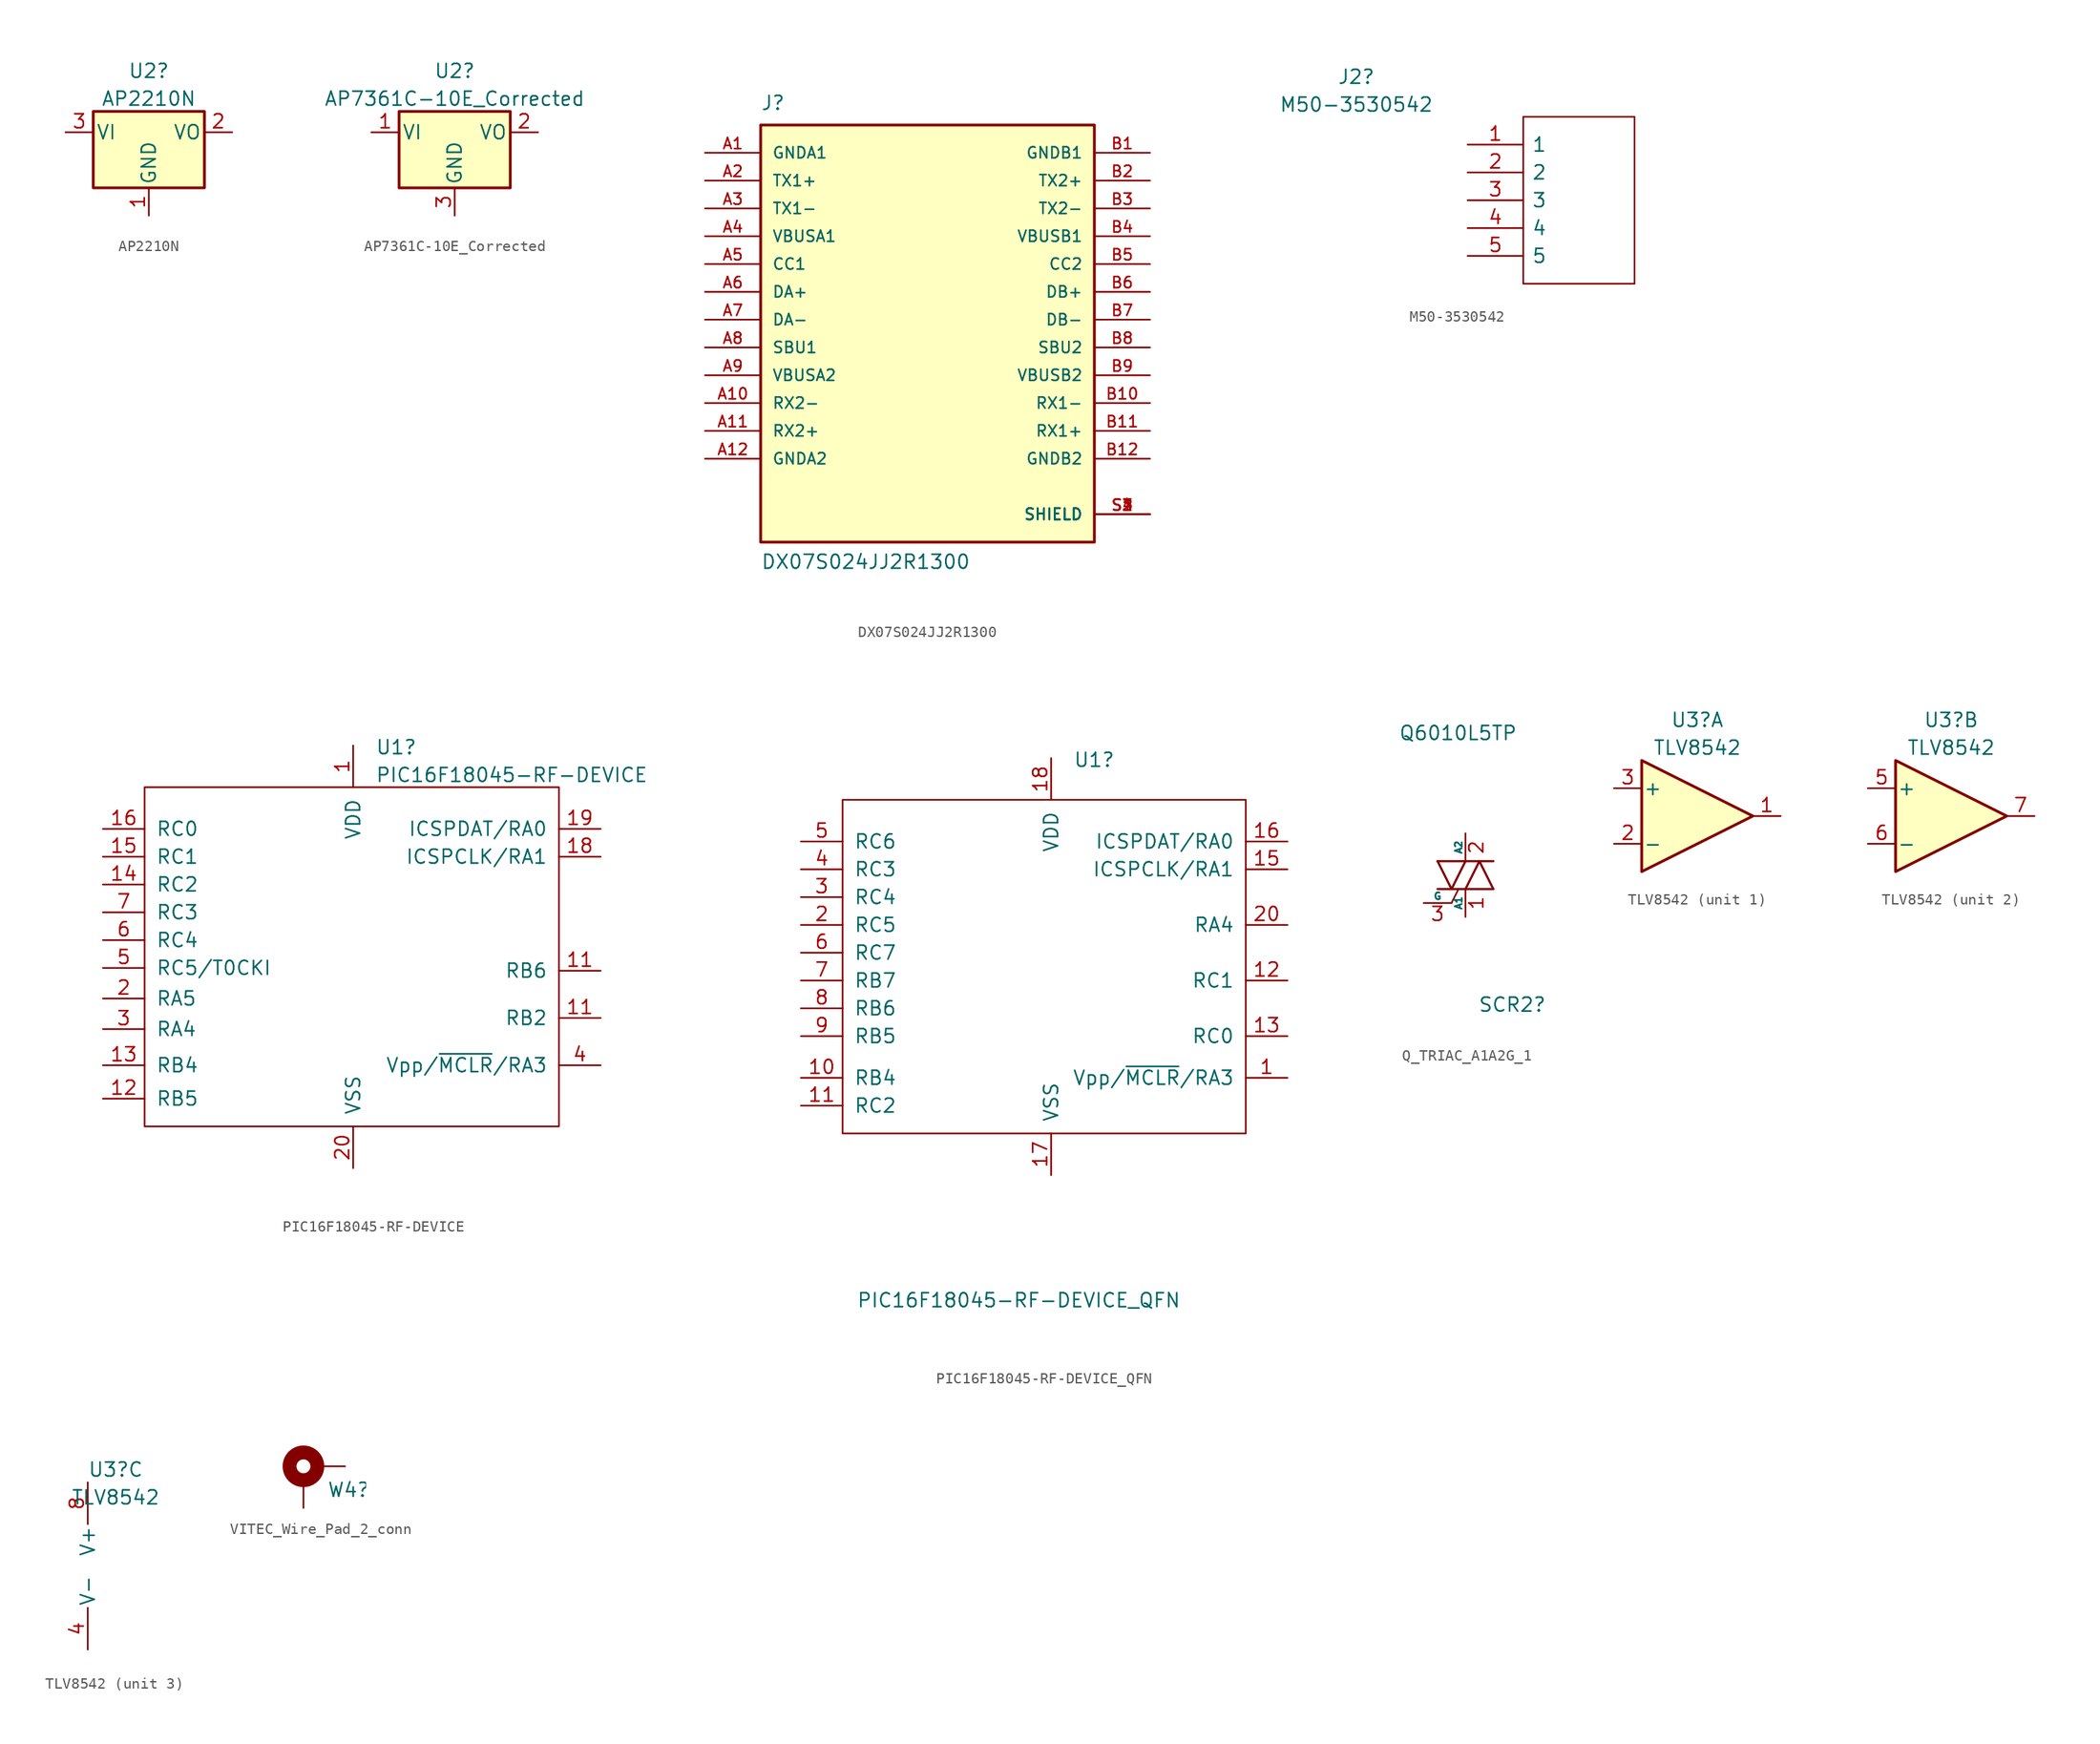
<source format=kicad_sym>
(kicad_symbol_lib
  (version 20211014)
  (generator kicad_symbol_editor)
  (symbol "AP2210N"
    (pin_names
      (offset 0.254))
    (property "Reference" "U2"
      (at 0 5.605 0)
      (effects (font (size 1.27 1.27))))
    (property "Value" "AP2210N"
      (at 0 3.068 0)
      (effects (font (size 1.27 1.27))))
    (symbol "AP2210N_0_1"
      (rectangle (start -5.08 -5.08) (end 5.08 1.905) (stroke (width 0.254) (type default) (color 0 0 0 0)) (fill (type background))))
    (symbol "AP2210N_1_1"
      (pin power_in line (at 0 -7.62 90) (length 2.54) (name "GND" (effects (font (size 1.27 1.27)))) (number "1" (effects (font (size 1.27 1.27)))))
      (pin power_out line (at 7.62 0 180) (length 2.54) (name "VO" (effects (font (size 1.27 1.27)))) (number "2" (effects (font (size 1.27 1.27)))))
      (pin power_in line (at -7.62 0 0) (length 2.54) (name "VI" (effects (font (size 1.27 1.27)))) (number "3" (effects (font (size 1.27 1.27)))))))
  (symbol "AP7361C-10E_Corrected"
    (pin_names
      (offset 0.254))
    (property "Reference" "U2"
      (at 0 5.605 0)
      (effects (font (size 1.27 1.27))))
    (property "Value" "AP7361C-10E_Corrected"
      (at 0 3.068 0)
      (effects (font (size 1.27 1.27))))
    (symbol "AP7361C-10E_Corrected_0_1"
      (rectangle (start -5.08 -5.08) (end 5.08 1.905) (stroke (width 0.254) (type default) (color 0 0 0 0)) (fill (type background))))
    (symbol "AP7361C-10E_Corrected_1_1"
      (pin power_in line (at -7.62 0 0) (length 2.54) (name "VI" (effects (font (size 1.27 1.27)))) (number "1" (effects (font (size 1.27 1.27)))))
      (pin power_out line (at 7.62 0 180) (length 2.54) (name "VO" (effects (font (size 1.27 1.27)))) (number "2" (effects (font (size 1.27 1.27)))))
      (pin power_in line (at 0 -7.62 90) (length 2.54) (name "GND" (effects (font (size 1.27 1.27)))) (number "3" (effects (font (size 1.27 1.27)))))))
  (symbol "DX07S024JJ2R1300"
    (pin_names
      (offset 1.016))
    (property "Reference" "J"
      (at -15.24 19.05 0)
      (effects (font (size 1.27 1.27)) (justify left bottom)))
    (property "Value" "DX07S024JJ2R1300"
      (at -15.24 -22.86 0)
      (effects (font (size 1.27 1.27)) (justify left bottom)))
    (symbol "DX07S024JJ2R1300_0_0"
      (rectangle (start -15.24 -20.32) (end 15.24 17.78) (stroke (width 0.254) (type default) (color 0 0 0 0)) (fill (type background)))
      (pin power_in line (at -20.32 15.24 0) (length 5.08) (name "GNDA1" (effects (font (size 1.016 1.016)))) (number "A1" (effects (font (size 1.016 1.016)))))
      (pin bidirectional line (at -20.32 -7.62 0) (length 5.08) (name "RX2-" (effects (font (size 1.016 1.016)))) (number "A10" (effects (font (size 1.016 1.016)))))
      (pin bidirectional line (at -20.32 -10.16 0) (length 5.08) (name "RX2+" (effects (font (size 1.016 1.016)))) (number "A11" (effects (font (size 1.016 1.016)))))
      (pin power_in line (at -20.32 -12.7 0) (length 5.08) (name "GNDA2" (effects (font (size 1.016 1.016)))) (number "A12" (effects (font (size 1.016 1.016)))))
      (pin bidirectional line (at -20.32 12.7 0) (length 5.08) (name "TX1+" (effects (font (size 1.016 1.016)))) (number "A2" (effects (font (size 1.016 1.016)))))
      (pin bidirectional line (at -20.32 10.16 0) (length 5.08) (name "TX1-" (effects (font (size 1.016 1.016)))) (number "A3" (effects (font (size 1.016 1.016)))))
      (pin power_in line (at -20.32 7.62 0) (length 5.08) (name "VBUSA1" (effects (font (size 1.016 1.016)))) (number "A4" (effects (font (size 1.016 1.016)))))
      (pin bidirectional line (at -20.32 5.08 0) (length 5.08) (name "CC1" (effects (font (size 1.016 1.016)))) (number "A5" (effects (font (size 1.016 1.016)))))
      (pin bidirectional line (at -20.32 2.54 0) (length 5.08) (name "DA+" (effects (font (size 1.016 1.016)))) (number "A6" (effects (font (size 1.016 1.016)))))
      (pin bidirectional line (at -20.32 0 0) (length 5.08) (name "DA-" (effects (font (size 1.016 1.016)))) (number "A7" (effects (font (size 1.016 1.016)))))
      (pin bidirectional line (at -20.32 -2.54 0) (length 5.08) (name "SBU1" (effects (font (size 1.016 1.016)))) (number "A8" (effects (font (size 1.016 1.016)))))
      (pin power_in line (at -20.32 -5.08 0) (length 5.08) (name "VBUSA2" (effects (font (size 1.016 1.016)))) (number "A9" (effects (font (size 1.016 1.016)))))
      (pin power_in line (at 20.32 15.24 180) (length 5.08) (name "GNDB1" (effects (font (size 1.016 1.016)))) (number "B1" (effects (font (size 1.016 1.016)))))
      (pin bidirectional line (at 20.32 -7.62 180) (length 5.08) (name "RX1-" (effects (font (size 1.016 1.016)))) (number "B10" (effects (font (size 1.016 1.016)))))
      (pin bidirectional line (at 20.32 -10.16 180) (length 5.08) (name "RX1+" (effects (font (size 1.016 1.016)))) (number "B11" (effects (font (size 1.016 1.016)))))
      (pin power_in line (at 20.32 -12.7 180) (length 5.08) (name "GNDB2" (effects (font (size 1.016 1.016)))) (number "B12" (effects (font (size 1.016 1.016)))))
      (pin bidirectional line (at 20.32 12.7 180) (length 5.08) (name "TX2+" (effects (font (size 1.016 1.016)))) (number "B2" (effects (font (size 1.016 1.016)))))
      (pin bidirectional line (at 20.32 10.16 180) (length 5.08) (name "TX2-" (effects (font (size 1.016 1.016)))) (number "B3" (effects (font (size 1.016 1.016)))))
      (pin power_in line (at 20.32 7.62 180) (length 5.08) (name "VBUSB1" (effects (font (size 1.016 1.016)))) (number "B4" (effects (font (size 1.016 1.016)))))
      (pin bidirectional line (at 20.32 5.08 180) (length 5.08) (name "CC2" (effects (font (size 1.016 1.016)))) (number "B5" (effects (font (size 1.016 1.016)))))
      (pin bidirectional line (at 20.32 2.54 180) (length 5.08) (name "DB+" (effects (font (size 1.016 1.016)))) (number "B6" (effects (font (size 1.016 1.016)))))
      (pin bidirectional line (at 20.32 0 180) (length 5.08) (name "DB-" (effects (font (size 1.016 1.016)))) (number "B7" (effects (font (size 1.016 1.016)))))
      (pin bidirectional line (at 20.32 -2.54 180) (length 5.08) (name "SBU2" (effects (font (size 1.016 1.016)))) (number "B8" (effects (font (size 1.016 1.016)))))
      (pin power_in line (at 20.32 -5.08 180) (length 5.08) (name "VBUSB2" (effects (font (size 1.016 1.016)))) (number "B9" (effects (font (size 1.016 1.016)))))
      (pin passive line (at 20.32 -17.78 180) (length 5.08) (name "SHIELD" (effects (font (size 1.016 1.016)))) (number "S1" (effects (font (size 1.016 1.016)))))
      (pin passive line (at 20.32 -17.78 180) (length 5.08) (name "SHIELD" (effects (font (size 1.016 1.016)))) (number "S2" (effects (font (size 1.016 1.016)))))
      (pin passive line (at 20.32 -17.78 180) (length 5.08) (name "SHIELD" (effects (font (size 1.016 1.016)))) (number "S3" (effects (font (size 1.016 1.016)))))
      (pin passive line (at 20.32 -17.78 180) (length 5.08) (name "SHIELD" (effects (font (size 1.016 1.016)))) (number "S4" (effects (font (size 1.016 1.016)))))))
  (symbol "M50-3530542"
    (pin_names
      (offset 0.762))
    (property "Reference" "J2"
      (at -10.16 6.189 0)
      (effects (font (size 1.27 1.27))))
    (property "Value" "M50-3530542"
      (at -10.16 3.652 0)
      (effects (font (size 1.27 1.27))))
    (symbol "M50-3530542_0_0"
      (pin bidirectional line (at 0 0 0) (length 5.08) (name "1" (effects (font (size 1.27 1.27)))) (number "1" (effects (font (size 1.27 1.27)))))
      (pin bidirectional line (at 0 -2.54 0) (length 5.08) (name "2" (effects (font (size 1.27 1.27)))) (number "2" (effects (font (size 1.27 1.27)))))
      (pin bidirectional line (at 0 -5.08 0) (length 5.08) (name "3" (effects (font (size 1.27 1.27)))) (number "3" (effects (font (size 1.27 1.27)))))
      (pin bidirectional line (at 0 -7.62 0) (length 5.08) (name "4" (effects (font (size 1.27 1.27)))) (number "4" (effects (font (size 1.27 1.27)))))
      (pin bidirectional line (at 0 -10.16 0) (length 5.08) (name "5" (effects (font (size 1.27 1.27)))) (number "5" (effects (font (size 1.27 1.27))))))
    (symbol "M50-3530542_0_1"
      (polyline (pts (xy 5.08 2.54) (xy 15.24 2.54) (xy 15.24 -12.7) (xy 5.08 -12.7) (xy 5.08 2.54)) (stroke (width 0.152) (type default) (color 0 0 0 0)) (fill (type none)))))
  (symbol "PIC16F18045-RF-DEVICE"
    (pin_names
      (offset 1.016))
    (property "Reference" "U1"
      (at 2.019 12.539 0)
      (effects (font (size 1.27 1.27)) (justify left)))
    (property "Value" "PIC16F18045-RF-DEVICE"
      (at 2.019 10.002 0)
      (effects (font (size 1.27 1.27)) (justify left)))
    (symbol "PIC16F18045-RF-DEVICE_0_1"
      (rectangle (start -19.05 8.89) (end 18.796 -22.098) (stroke (width 0.152) (type default) (color 0 0 0 0)) (fill (type none))))
    (symbol "PIC16F18045-RF-DEVICE_1_1"
      (pin power_in line (at 0 12.7 270) (length 3.81) (name "VDD" (effects (font (size 1.27 1.27)))) (number "1" (effects (font (size 1.27 1.27)))))
      (pin bidirectional line (at 22.606 -12.192 180) (length 3.81) (name "RB2" (effects (font (size 1.27 1.27)))) (number "11" (effects (font (size 1.27 1.27)))))
      (pin bidirectional line (at 22.606 -7.874 180) (length 3.81) (name "RB6" (effects (font (size 1.27 1.27)))) (number "11" (effects (font (size 1.27 1.27)))))
      (pin bidirectional line (at -22.86 -19.558 0) (length 3.81) (name "RB5" (effects (font (size 1.27 1.27)))) (number "12" (effects (font (size 1.27 1.27)))))
      (pin bidirectional line (at -22.86 -16.51 0) (length 3.81) (name "RB4" (effects (font (size 1.27 1.27)))) (number "13" (effects (font (size 1.27 1.27)))))
      (pin bidirectional line (at -22.86 0 0) (length 3.81) (name "RC2" (effects (font (size 1.27 1.27)))) (number "14" (effects (font (size 1.27 1.27)))))
      (pin bidirectional line (at -22.86 2.54 0) (length 3.81) (name "RC1" (effects (font (size 1.27 1.27)))) (number "15" (effects (font (size 1.27 1.27)))))
      (pin bidirectional line (at -22.86 5.08 0) (length 3.81) (name "RC0" (effects (font (size 1.27 1.27)))) (number "16" (effects (font (size 1.27 1.27)))))
      (pin bidirectional line (at 22.606 2.54 180) (length 3.81) (name "ICSPCLK/RA1" (effects (font (size 1.27 1.27)))) (number "18" (effects (font (size 1.27 1.27)))))
      (pin bidirectional line (at 22.606 5.08 180) (length 3.81) (name "ICSPDAT/RA0" (effects (font (size 1.27 1.27)))) (number "19" (effects (font (size 1.27 1.27)))))
      (pin bidirectional line (at -22.86 -10.414 0) (length 3.81) (name "RA5" (effects (font (size 1.27 1.27)))) (number "2" (effects (font (size 1.27 1.27)))))
      (pin power_in line (at 0 -25.908 90) (length 3.81) (name "VSS" (effects (font (size 1.27 1.27)))) (number "20" (effects (font (size 1.27 1.27)))))
      (pin bidirectional line (at -22.86 -13.208 0) (length 3.81) (name "RA4" (effects (font (size 1.27 1.27)))) (number "3" (effects (font (size 1.27 1.27)))))
      (pin input line (at 22.606 -16.51 180) (length 3.81) (name "Vpp/~{MCLR}/RA3" (effects (font (size 1.27 1.27)))) (number "4" (effects (font (size 1.27 1.27)))))
      (pin bidirectional line (at -22.86 -7.62 0) (length 3.81) (name "RC5/T0CKI" (effects (font (size 1.27 1.27)))) (number "5" (effects (font (size 1.27 1.27)))))
      (pin bidirectional line (at -22.86 -5.08 0) (length 3.81) (name "RC4" (effects (font (size 1.27 1.27)))) (number "6" (effects (font (size 1.27 1.27)))))
      (pin bidirectional line (at -22.86 -2.54 0) (length 3.81) (name "RC3" (effects (font (size 1.27 1.27)))) (number "7" (effects (font (size 1.27 1.27)))))))
  (symbol "PIC16F18045-RF-DEVICE_QFN"
    (pin_names
      (offset 1.016))
    (property "Reference" "U1"
      (at 2.019 12.539 0)
      (effects (font (size 1.27 1.27)) (justify left)))
    (property "Value" "PIC16F18045-RF-DEVICE_QFN"
      (at -17.78 -36.83 0)
      (effects (font (size 1.27 1.27)) (justify left)))
    (symbol "PIC16F18045-RF-DEVICE_QFN_0_1"
      (rectangle (start -19.05 -21.59) (end 17.78 8.89) (stroke (width 0.152) (type default) (color 0 0 0 0)) (fill (type none))))
    (symbol "PIC16F18045-RF-DEVICE_QFN_1_1"
      (pin input line (at 21.59 -16.51 180) (length 3.81) (name "Vpp/~{MCLR}/RA3" (effects (font (size 1.27 1.27)))) (number "1" (effects (font (size 1.27 1.27)))))
      (pin bidirectional line (at -22.86 -16.51 0) (length 3.81) (name "RB4" (effects (font (size 1.27 1.27)))) (number "10" (effects (font (size 1.27 1.27)))))
      (pin bidirectional line (at -22.86 -19.05 0) (length 3.81) (name "RC2" (effects (font (size 1.27 1.27)))) (number "11" (effects (font (size 1.27 1.27)))))
      (pin bidirectional line (at 21.59 -7.62 180) (length 3.81) (name "RC1" (effects (font (size 1.27 1.27)))) (number "12" (effects (font (size 1.27 1.27)))))
      (pin bidirectional line (at 21.59 -12.7 180) (length 3.81) (name "RC0" (effects (font (size 1.27 1.27)))) (number "13" (effects (font (size 1.27 1.27)))))
      (pin bidirectional line (at 21.59 2.54 180) (length 3.81) (name "ICSPCLK/RA1" (effects (font (size 1.27 1.27)))) (number "15" (effects (font (size 1.27 1.27)))))
      (pin bidirectional line (at 21.59 5.08 180) (length 3.81) (name "ICSPDAT/RA0" (effects (font (size 1.27 1.27)))) (number "16" (effects (font (size 1.27 1.27)))))
      (pin power_in line (at 0 -25.4 90) (length 3.81) (name "VSS" (effects (font (size 1.27 1.27)))) (number "17" (effects (font (size 1.27 1.27)))))
      (pin power_in line (at 0 12.7 270) (length 3.81) (name "VDD" (effects (font (size 1.27 1.27)))) (number "18" (effects (font (size 1.27 1.27)))))
      (pin bidirectional line (at -22.86 -2.54 0) (length 3.81) (name "RC5" (effects (font (size 1.27 1.27)))) (number "2" (effects (font (size 1.27 1.27)))))
      (pin bidirectional line (at 21.59 -2.54 180) (length 3.81) (name "RA4" (effects (font (size 1.27 1.27)))) (number "20" (effects (font (size 1.27 1.27)))))
      (pin bidirectional line (at -22.86 0 0) (length 3.81) (name "RC4" (effects (font (size 1.27 1.27)))) (number "3" (effects (font (size 1.27 1.27)))))
      (pin bidirectional line (at -22.86 2.54 0) (length 3.81) (name "RC3" (effects (font (size 1.27 1.27)))) (number "4" (effects (font (size 1.27 1.27)))))
      (pin bidirectional line (at -22.86 5.08 0) (length 3.81) (name "RC6" (effects (font (size 1.27 1.27)))) (number "5" (effects (font (size 1.27 1.27)))))
      (pin bidirectional line (at -22.86 -5.08 0) (length 3.81) (name "RC7" (effects (font (size 1.27 1.27)))) (number "6" (effects (font (size 1.27 1.27)))))
      (pin bidirectional line (at -22.86 -7.62 0) (length 3.81) (name "RB7" (effects (font (size 1.27 1.27)))) (number "7" (effects (font (size 1.27 1.27)))))
      (pin bidirectional line (at -22.86 -10.16 0) (length 3.81) (name "RB6" (effects (font (size 1.27 1.27)))) (number "8" (effects (font (size 1.27 1.27)))))
      (pin bidirectional line (at -22.86 -12.7 0) (length 3.81) (name "RB5" (effects (font (size 1.27 1.27)))) (number "9" (effects (font (size 1.27 1.27)))))))
  (symbol "Q_TRIAC_A1A2G_1"
    (pin_names
      (offset 0))
    (property "Reference" "SCR2"
      (at 1.143 -11.811 0)
      (effects (font (size 1.27 1.27)) (justify left)))
    (property "Value" "Q6010L5TP"
      (at -6.096 12.954 0)
      (effects (font (size 1.27 1.27)) (justify left)))
    (symbol "Q_TRIAC_A1A2G_1_0_1"
      (polyline (pts (xy -2.54 -1.27) (xy 2.54 -1.27)) (stroke (width 0.203) (type default) (color 0 0 0 0)) (fill (type none)))
      (polyline (pts (xy -2.54 1.27) (xy 2.54 1.27)) (stroke (width 0.203) (type default) (color 0 0 0 0)) (fill (type none)))
      (polyline (pts (xy -1.27 -2.54) (xy -0.635 -1.27)) (stroke (width 0) (type default) (color 0 0 0 0)) (fill (type none)))
      (polyline (pts (xy -2.54 1.27) (xy -1.27 -1.27) (xy 0 1.27)) (stroke (width 0.203) (type default) (color 0 0 0 0)) (fill (type none)))
      (polyline (pts (xy 0 -1.27) (xy 1.27 1.27) (xy 2.54 -1.27)) (stroke (width 0.203) (type default) (color 0 0 0 0)) (fill (type none))))
    (symbol "Q_TRIAC_A1A2G_1_1_1"
      (pin bidirectional line (at 0 -3.81 90) (length 2.54) (name "A1" (effects (font (size 0.635 0.635)))) (number "1" (effects (font (size 1.27 1.27)))))
      (pin bidirectional line (at 0 3.81 270) (length 2.54) (name "A2" (effects (font (size 0.635 0.635)))) (number "2" (effects (font (size 1.27 1.27)))))
      (pin input line (at -3.81 -2.54 0) (length 2.54) (name "G" (effects (font (size 0.635 0.635)))) (number "3" (effects (font (size 1.27 1.27)))))))
  (symbol "TLV8542"
    (pin_names
      (offset 0.127))
    (property "Reference" "U3"
      (at 0 8.78 0)
      (effects (font (size 1.27 1.27))))
    (property "Value" "TLV8542"
      (at 0 6.243 0)
      (effects (font (size 1.27 1.27))))
    (property "ki_locked" ""
      (at 0 0 0)
      (effects (font (size 1.27 1.27))))
    (symbol "TLV8542_1_1"
      (polyline (pts (xy -5.08 5.08) (xy 5.08 0) (xy -5.08 -5.08) (xy -5.08 5.08)) (stroke (width 0.254) (type default) (color 0 0 0 0)) (fill (type background)))
      (pin output line (at 7.62 0 180) (length 2.54) (name "~" (effects (font (size 1.27 1.27)))) (number "1" (effects (font (size 1.27 1.27)))))
      (pin input line (at -7.62 -2.54 0) (length 2.54) (name "-" (effects (font (size 1.27 1.27)))) (number "2" (effects (font (size 1.27 1.27)))))
      (pin input line (at -7.62 2.54 0) (length 2.54) (name "+" (effects (font (size 1.27 1.27)))) (number "3" (effects (font (size 1.27 1.27))))))
    (symbol "TLV8542_2_1"
      (polyline (pts (xy -5.08 5.08) (xy 5.08 0) (xy -5.08 -5.08) (xy -5.08 5.08)) (stroke (width 0.254) (type default) (color 0 0 0 0)) (fill (type background)))
      (pin input line (at -7.62 2.54 0) (length 2.54) (name "+" (effects (font (size 1.27 1.27)))) (number "5" (effects (font (size 1.27 1.27)))))
      (pin input line (at -7.62 -2.54 0) (length 2.54) (name "-" (effects (font (size 1.27 1.27)))) (number "6" (effects (font (size 1.27 1.27)))))
      (pin output line (at 7.62 0 180) (length 2.54) (name "~" (effects (font (size 1.27 1.27)))) (number "7" (effects (font (size 1.27 1.27))))))
    (symbol "TLV8542_3_1"
      (pin power_in line (at -2.54 -7.62 90) (length 3.81) (name "V-" (effects (font (size 1.27 1.27)))) (number "4" (effects (font (size 1.27 1.27)))))
      (pin power_in line (at -2.54 7.62 270) (length 3.81) (name "V+" (effects (font (size 1.27 1.27)))) (number "8" (effects (font (size 1.27 1.27)))))))
  (symbol "VITEC_Wire_Pad_2_conn"
    (pin_numbers hide)
    (pin_names
      (offset 1.016) hide)
    (property "Reference" "W4"
      (at 2.159 -0.889 0)
      (effects (font (size 1.27 1.27)) (justify left)))
    (symbol "VITEC_Wire_Pad_2_conn_0_1"
      (circle (center 0 1.27) (radius 1.27) (stroke (width 1.27) (type default) (color 0 0 0 0)) (fill (type none))))
    (symbol "VITEC_Wire_Pad_2_conn_1_1"
      (pin bidirectional line (at 0 -2.54 90) (length 2.54) (name "1" (effects (font (size 1.27 1.27)))) (number "1" (effects (font (size 1.27 1.27)))))
      (pin bidirectional line (at 3.81 1.27 180) (length 2.54) (name "1" (effects (font (size 1.27 1.27)))) (number "1" (effects (font (size 1.27 1.27))))))))
</source>
